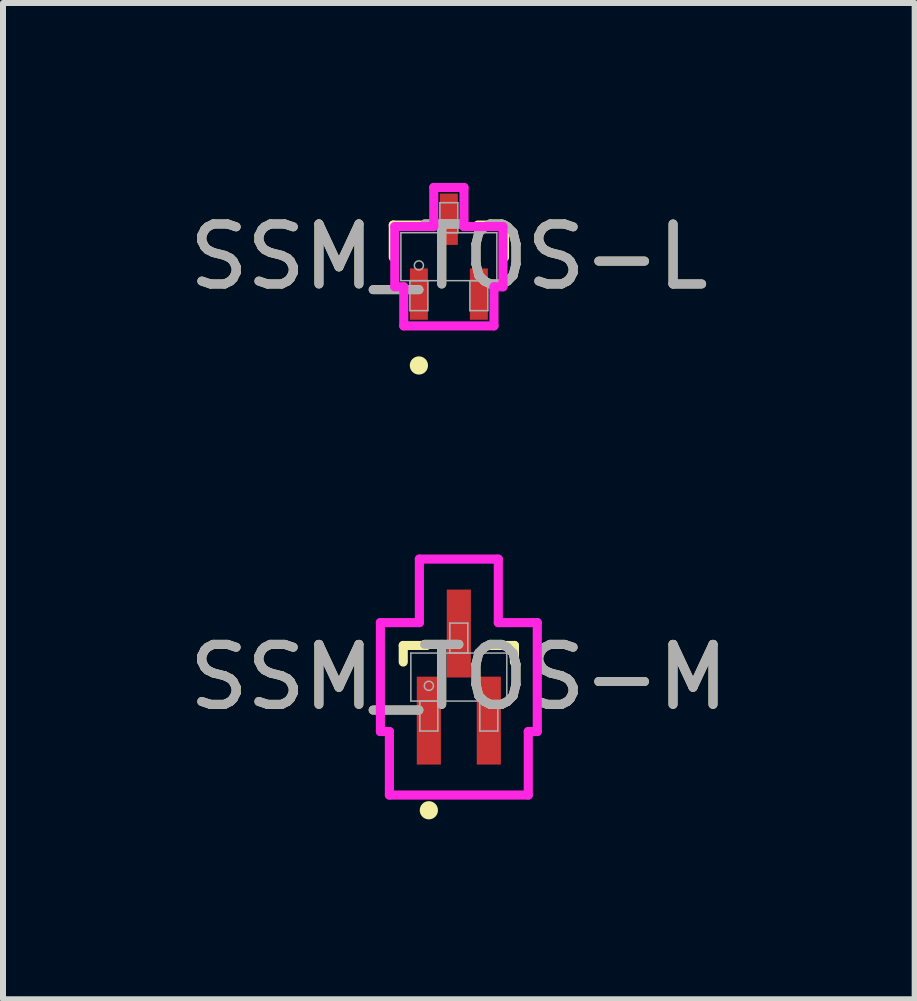
<source format=kicad_pcb>
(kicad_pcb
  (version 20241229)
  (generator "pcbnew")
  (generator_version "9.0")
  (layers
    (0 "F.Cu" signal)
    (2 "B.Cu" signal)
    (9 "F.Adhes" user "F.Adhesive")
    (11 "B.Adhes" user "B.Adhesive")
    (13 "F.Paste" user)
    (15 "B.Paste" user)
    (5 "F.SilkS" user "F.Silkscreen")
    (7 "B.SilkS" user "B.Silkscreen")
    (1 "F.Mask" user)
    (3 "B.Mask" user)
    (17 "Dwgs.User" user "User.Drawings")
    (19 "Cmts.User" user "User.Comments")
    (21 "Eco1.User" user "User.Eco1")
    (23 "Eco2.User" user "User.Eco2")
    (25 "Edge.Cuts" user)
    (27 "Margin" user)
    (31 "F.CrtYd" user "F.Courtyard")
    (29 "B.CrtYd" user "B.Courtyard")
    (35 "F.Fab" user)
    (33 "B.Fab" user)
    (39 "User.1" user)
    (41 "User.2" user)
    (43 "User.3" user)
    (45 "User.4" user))
  (footprint "SSM_TOS-L"
    (layer "F.Cu")
    (at 4.435 1.23)
    (property "Reference" "SSM_TOS-L" (at 0 0 0) (unlocked yes) (layer "F.SilkS") (effects (font (size 1 1) (thickness 0.15))))
    (attr smd)
    (fp_line (start -0.927 -0.527) (end -0.927 0.012) (stroke (width 0.152) (type solid)) (layer "F.SilkS"))
    (fp_line (start -0.483 -0.527) (end -0.927 -0.527) (stroke (width 0.152) (type solid)) (layer "F.SilkS"))
    (fp_line (start 0.927 -0.527) (end 0.483 -0.527) (stroke (width 0.152) (type solid)) (layer "F.SilkS"))
    (fp_line (start 0.927 0.012) (end 0.927 -0.527) (stroke (width 0.152) (type solid)) (layer "F.SilkS"))
    (fp_circle (center -0.5 1.814) (end -0.424 1.814) (stroke (width 0.152) (type solid)) (fill no) (layer "F.SilkS"))
    (fp_line (start -0.902 -0.502) (end -0.252 -0.502) (stroke (width 0.152) (type solid)) (layer "F.CrtYd"))
    (fp_line (start -0.902 0.502) (end -0.902 -0.502) (stroke (width 0.152) (type solid)) (layer "F.CrtYd"))
    (fp_line (start -0.902 0.502) (end -0.752 0.502) (stroke (width 0.152) (type solid)) (layer "F.CrtYd"))
    (fp_line (start -0.752 0.502) (end -0.752 1.154) (stroke (width 0.152) (type solid)) (layer "F.CrtYd"))
    (fp_line (start -0.752 1.154) (end 0.752 1.154) (stroke (width 0.152) (type solid)) (layer "F.CrtYd"))
    (fp_line (start -0.252 -1.154) (end 0.252 -1.154) (stroke (width 0.152) (type solid)) (layer "F.CrtYd"))
    (fp_line (start -0.252 -0.502) (end -0.252 -1.154) (stroke (width 0.152) (type solid)) (layer "F.CrtYd"))
    (fp_line (start 0.252 -0.502) (end 0.252 -1.154) (stroke (width 0.152) (type solid)) (layer "F.CrtYd"))
    (fp_line (start 0.752 0.502) (end 0.752 1.154) (stroke (width 0.152) (type solid)) (layer "F.CrtYd"))
    (fp_line (start 0.902 -0.502) (end 0.252 -0.502) (stroke (width 0.152) (type solid)) (layer "F.CrtYd"))
    (fp_line (start 0.902 -0.502) (end 0.902 0.502) (stroke (width 0.152) (type solid)) (layer "F.CrtYd"))
    (fp_line (start 0.902 0.502) (end 0.752 0.502) (stroke (width 0.152) (type solid)) (layer "F.CrtYd"))
    (fp_line (start -0.8 -0.4) (end -0.8 0.4) (stroke (width 0.025) (type solid)) (layer "F.Fab"))
    (fp_line (start -0.8 0.4) (end 0.8 0.4) (stroke (width 0.025) (type solid)) (layer "F.Fab"))
    (fp_line (start -0.65 0.4) (end -0.65 0.9) (stroke (width 0.025) (type solid)) (layer "F.Fab"))
    (fp_line (start -0.65 0.9) (end -0.35 0.9) (stroke (width 0.025) (type solid)) (layer "F.Fab"))
    (fp_line (start -0.35 0.4) (end -0.65 0.4) (stroke (width 0.025) (type solid)) (layer "F.Fab"))
    (fp_line (start -0.35 0.9) (end -0.35 0.4) (stroke (width 0.025) (type solid)) (layer "F.Fab"))
    (fp_line (start -0.15 -0.9) (end -0.15 -0.4) (stroke (width 0.025) (type solid)) (layer "F.Fab"))
    (fp_line (start -0.15 -0.4) (end 0.15 -0.4) (stroke (width 0.025) (type solid)) (layer "F.Fab"))
    (fp_line (start 0.15 -0.9) (end -0.15 -0.9) (stroke (width 0.025) (type solid)) (layer "F.Fab"))
    (fp_line (start 0.15 -0.4) (end 0.15 -0.9) (stroke (width 0.025) (type solid)) (layer "F.Fab"))
    (fp_line (start 0.35 0.4) (end 0.35 0.9) (stroke (width 0.025) (type solid)) (layer "F.Fab"))
    (fp_line (start 0.35 0.9) (end 0.65 0.9) (stroke (width 0.025) (type solid)) (layer "F.Fab"))
    (fp_line (start 0.65 0.4) (end 0.35 0.4) (stroke (width 0.025) (type solid)) (layer "F.Fab"))
    (fp_line (start 0.65 0.9) (end 0.65 0.4) (stroke (width 0.025) (type solid)) (layer "F.Fab"))
    (fp_line (start 0.8 -0.4) (end -0.8 -0.4) (stroke (width 0.025) (type solid)) (layer "F.Fab"))
    (fp_line (start 0.8 0.4) (end 0.8 -0.4) (stroke (width 0.025) (type solid)) (layer "F.Fab"))
    (fp_circle (center -0.5 0.146) (end -0.424 0.146) (stroke (width 0.025) (type solid)) (fill no) (layer "F.Fab"))
    (fp_text user "${REFERENCE}" (at 0 0 0) (unlocked yes) (layer "F.Fab") (effects (font (size 1 1) (thickness 0.15))))
    (pad "1" smd rect (at -0.5 0.624) (size 0.3 0.856) (layers "F.Cu" "F.Mask" "F.Paste"))
    (pad "2" smd rect (at 0.5 0.624) (size 0.3 0.856) (layers "F.Cu" "F.Mask" "F.Paste"))
    (pad "3" smd rect (at 0 -0.624) (size 0.3 0.856) (layers "F.Cu" "F.Mask" "F.Paste")))
  (footprint "SSM_TOS-M"
    (layer "F.Cu")
    (at 4.601 8.24)
    (property "Reference" "SSM_TOS-M" (at 0 0 0) (unlocked yes) (layer "F.SilkS") (effects (font (size 1 1) (thickness 0.15))))
    (attr smd)
    (fp_line (start -0.927 -0.527) (end -0.927 -0.251) (stroke (width 0.152) (type solid)) (layer "F.SilkS"))
    (fp_line (start -0.534 -0.527) (end -0.927 -0.527) (stroke (width 0.152) (type solid)) (layer "F.SilkS"))
    (fp_line (start 0.927 -0.527) (end 0.534 -0.527) (stroke (width 0.152) (type solid)) (layer "F.SilkS"))
    (fp_line (start 0.927 -0.251) (end 0.927 -0.527) (stroke (width 0.152) (type solid)) (layer "F.SilkS"))
    (fp_circle (center -0.5 2.221) (end -0.424 2.221) (stroke (width 0.152) (type solid)) (fill no) (layer "F.SilkS"))
    (fp_line (start -1.308 -0.908) (end -0.658 -0.908) (stroke (width 0.152) (type solid)) (layer "F.CrtYd"))
    (fp_line (start -1.308 0.908) (end -1.308 -0.908) (stroke (width 0.152) (type solid)) (layer "F.CrtYd"))
    (fp_line (start -1.308 0.908) (end -1.158 0.908) (stroke (width 0.152) (type solid)) (layer "F.CrtYd"))
    (fp_line (start -1.158 0.908) (end -1.158 1.967) (stroke (width 0.152) (type solid)) (layer "F.CrtYd"))
    (fp_line (start -1.158 1.967) (end 1.158 1.967) (stroke (width 0.152) (type solid)) (layer "F.CrtYd"))
    (fp_line (start -0.658 -1.967) (end 0.658 -1.967) (stroke (width 0.152) (type solid)) (layer "F.CrtYd"))
    (fp_line (start -0.658 -0.908) (end -0.658 -1.967) (stroke (width 0.152) (type solid)) (layer "F.CrtYd"))
    (fp_line (start 0.658 -0.908) (end 0.658 -1.967) (stroke (width 0.152) (type solid)) (layer "F.CrtYd"))
    (fp_line (start 1.158 0.908) (end 1.158 1.967) (stroke (width 0.152) (type solid)) (layer "F.CrtYd"))
    (fp_line (start 1.308 -0.908) (end 0.658 -0.908) (stroke (width 0.152) (type solid)) (layer "F.CrtYd"))
    (fp_line (start 1.308 -0.908) (end 1.308 0.908) (stroke (width 0.152) (type solid)) (layer "F.CrtYd"))
    (fp_line (start 1.308 0.908) (end 1.158 0.908) (stroke (width 0.152) (type solid)) (layer "F.CrtYd"))
    (fp_line (start -0.8 -0.4) (end -0.8 0.4) (stroke (width 0.025) (type solid)) (layer "F.Fab"))
    (fp_line (start -0.8 0.4) (end 0.8 0.4) (stroke (width 0.025) (type solid)) (layer "F.Fab"))
    (fp_line (start -0.65 0.4) (end -0.65 0.9) (stroke (width 0.025) (type solid)) (layer "F.Fab"))
    (fp_line (start -0.65 0.9) (end -0.35 0.9) (stroke (width 0.025) (type solid)) (layer "F.Fab"))
    (fp_line (start -0.35 0.4) (end -0.65 0.4) (stroke (width 0.025) (type solid)) (layer "F.Fab"))
    (fp_line (start -0.35 0.9) (end -0.35 0.4) (stroke (width 0.025) (type solid)) (layer "F.Fab"))
    (fp_line (start -0.15 -0.9) (end -0.15 -0.4) (stroke (width 0.025) (type solid)) (layer "F.Fab"))
    (fp_line (start -0.15 -0.4) (end 0.15 -0.4) (stroke (width 0.025) (type solid)) (layer "F.Fab"))
    (fp_line (start 0.15 -0.9) (end -0.15 -0.9) (stroke (width 0.025) (type solid)) (layer "F.Fab"))
    (fp_line (start 0.15 -0.4) (end 0.15 -0.9) (stroke (width 0.025) (type solid)) (layer "F.Fab"))
    (fp_line (start 0.35 0.4) (end 0.35 0.9) (stroke (width 0.025) (type solid)) (layer "F.Fab"))
    (fp_line (start 0.35 0.9) (end 0.65 0.9) (stroke (width 0.025) (type solid)) (layer "F.Fab"))
    (fp_line (start 0.65 0.4) (end 0.35 0.4) (stroke (width 0.025) (type solid)) (layer "F.Fab"))
    (fp_line (start 0.65 0.9) (end 0.65 0.4) (stroke (width 0.025) (type solid)) (layer "F.Fab"))
    (fp_line (start 0.8 -0.4) (end -0.8 -0.4) (stroke (width 0.025) (type solid)) (layer "F.Fab"))
    (fp_line (start 0.8 0.4) (end 0.8 -0.4) (stroke (width 0.025) (type solid)) (layer "F.Fab"))
    (fp_circle (center -0.5 0.146) (end -0.424 0.146) (stroke (width 0.025) (type solid)) (fill no) (layer "F.Fab"))
    (fp_text user "${REFERENCE}" (at 0 0 0) (unlocked yes) (layer "F.Fab") (effects (font (size 1 1) (thickness 0.15))))
    (pad "1" smd rect (at -0.5 0.726) (size 0.402 1.466) (layers "F.Cu" "F.Mask" "F.Paste"))
    (pad "2" smd rect (at 0.5 0.726) (size 0.402 1.466) (layers "F.Cu" "F.Mask" "F.Paste"))
    (pad "3" smd rect (at 0 -0.726) (size 0.402 1.466) (layers "F.Cu" "F.Mask" "F.Paste")))
  (gr_rect
    (start -3 -3)
    (end 12.202 13.613)
    (stroke (width 0.1) (type default))
    (fill no)
    (layer "Edge.Cuts")))
</source>
